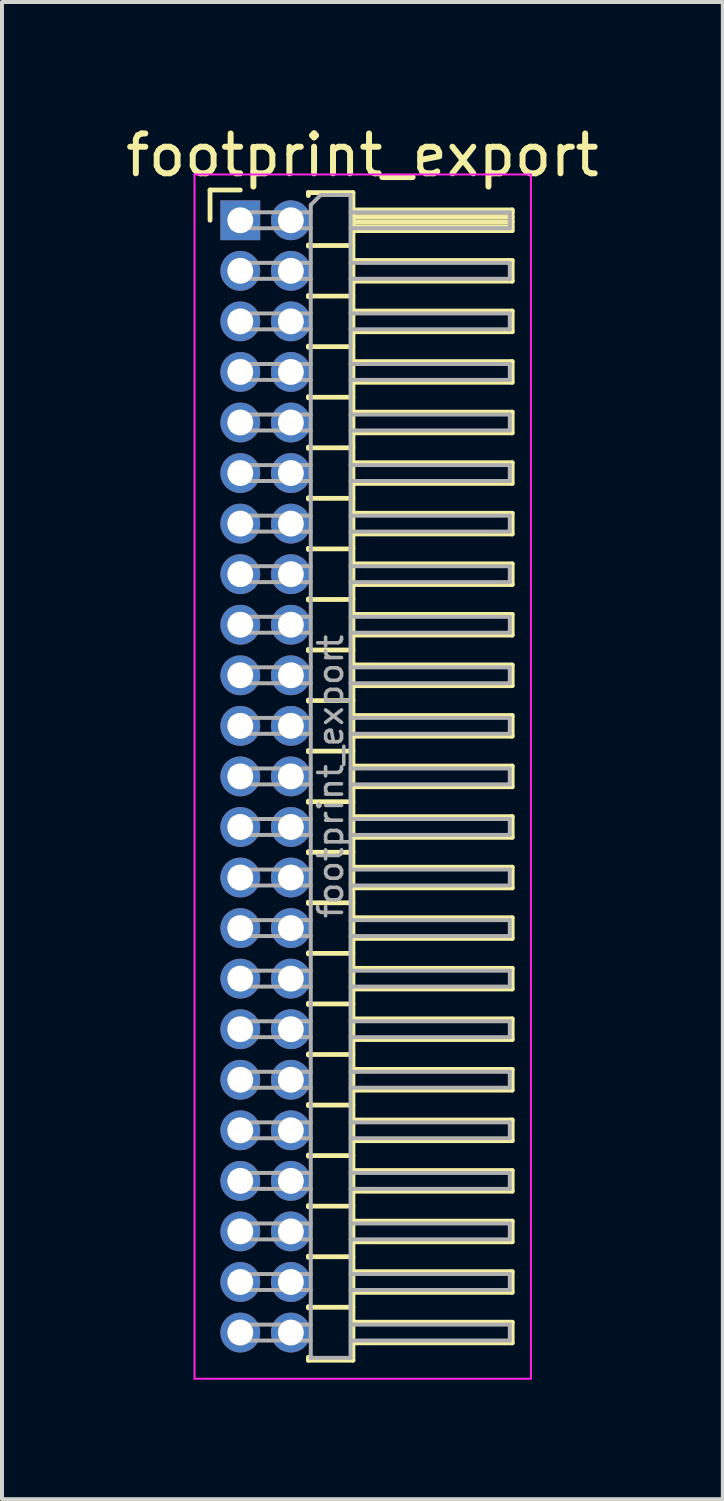
<source format=kicad_pcb>
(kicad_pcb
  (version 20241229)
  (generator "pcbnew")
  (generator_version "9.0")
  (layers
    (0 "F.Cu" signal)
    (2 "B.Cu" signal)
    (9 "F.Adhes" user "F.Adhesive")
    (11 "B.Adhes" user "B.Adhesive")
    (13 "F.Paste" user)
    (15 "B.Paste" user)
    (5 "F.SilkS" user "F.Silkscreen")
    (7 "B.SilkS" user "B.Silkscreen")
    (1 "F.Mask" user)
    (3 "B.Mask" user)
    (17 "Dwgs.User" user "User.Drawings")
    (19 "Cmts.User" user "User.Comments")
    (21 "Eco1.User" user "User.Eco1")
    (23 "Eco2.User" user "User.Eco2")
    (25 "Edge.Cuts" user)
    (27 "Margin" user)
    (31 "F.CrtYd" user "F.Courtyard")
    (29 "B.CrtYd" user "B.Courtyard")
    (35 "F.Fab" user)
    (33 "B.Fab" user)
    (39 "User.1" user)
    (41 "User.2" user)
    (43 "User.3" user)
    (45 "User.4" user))
  (footprint "footprint_export"
    (layer "F.Cu")
    (at 2.986 2.483)
    (property "Reference" "footprint_export" (at 3.067 -1.635 0) (layer "F.SilkS") (effects (font (size 1 1) (thickness 0.15))))
    (attr through_hole)
    (fp_line (start -0.76 -0.76) (end 0 -0.76) (stroke (width 0.12) (type solid)) (layer "F.SilkS"))
    (fp_line (start -0.76 0) (end -0.76 -0.76) (stroke (width 0.12) (type solid)) (layer "F.SilkS"))
    (fp_line (start 1.71 -0.695) (end 2.83 -0.695) (stroke (width 0.12) (type solid)) (layer "F.SilkS"))
    (fp_line (start 1.71 -0.62) (end 1.71 -0.695) (stroke (width 0.12) (type solid)) (layer "F.SilkS"))
    (fp_line (start 1.71 0.62) (end 1.71 0.65) (stroke (width 0.12) (type solid)) (layer "F.SilkS"))
    (fp_line (start 1.71 0.635) (end 2.83 0.635) (stroke (width 0.12) (type solid)) (layer "F.SilkS"))
    (fp_line (start 1.71 1.89) (end 1.71 1.92) (stroke (width 0.12) (type solid)) (layer "F.SilkS"))
    (fp_line (start 1.71 1.905) (end 2.83 1.905) (stroke (width 0.12) (type solid)) (layer "F.SilkS"))
    (fp_line (start 1.71 3.16) (end 1.71 3.19) (stroke (width 0.12) (type solid)) (layer "F.SilkS"))
    (fp_line (start 1.71 3.175) (end 2.83 3.175) (stroke (width 0.12) (type solid)) (layer "F.SilkS"))
    (fp_line (start 1.71 4.43) (end 1.71 4.46) (stroke (width 0.12) (type solid)) (layer "F.SilkS"))
    (fp_line (start 1.71 4.445) (end 2.83 4.445) (stroke (width 0.12) (type solid)) (layer "F.SilkS"))
    (fp_line (start 1.71 5.7) (end 1.71 5.73) (stroke (width 0.12) (type solid)) (layer "F.SilkS"))
    (fp_line (start 1.71 5.715) (end 2.83 5.715) (stroke (width 0.12) (type solid)) (layer "F.SilkS"))
    (fp_line (start 1.71 6.97) (end 1.71 7) (stroke (width 0.12) (type solid)) (layer "F.SilkS"))
    (fp_line (start 1.71 6.985) (end 2.83 6.985) (stroke (width 0.12) (type solid)) (layer "F.SilkS"))
    (fp_line (start 1.71 8.24) (end 1.71 8.27) (stroke (width 0.12) (type solid)) (layer "F.SilkS"))
    (fp_line (start 1.71 8.255) (end 2.83 8.255) (stroke (width 0.12) (type solid)) (layer "F.SilkS"))
    (fp_line (start 1.71 9.51) (end 1.71 9.54) (stroke (width 0.12) (type solid)) (layer "F.SilkS"))
    (fp_line (start 1.71 9.525) (end 2.83 9.525) (stroke (width 0.12) (type solid)) (layer "F.SilkS"))
    (fp_line (start 1.71 10.78) (end 1.71 10.81) (stroke (width 0.12) (type solid)) (layer "F.SilkS"))
    (fp_line (start 1.71 10.795) (end 2.83 10.795) (stroke (width 0.12) (type solid)) (layer "F.SilkS"))
    (fp_line (start 1.71 12.05) (end 1.71 12.08) (stroke (width 0.12) (type solid)) (layer "F.SilkS"))
    (fp_line (start 1.71 12.065) (end 2.83 12.065) (stroke (width 0.12) (type solid)) (layer "F.SilkS"))
    (fp_line (start 1.71 13.32) (end 1.71 13.35) (stroke (width 0.12) (type solid)) (layer "F.SilkS"))
    (fp_line (start 1.71 13.335) (end 2.83 13.335) (stroke (width 0.12) (type solid)) (layer "F.SilkS"))
    (fp_line (start 1.71 14.59) (end 1.71 14.62) (stroke (width 0.12) (type solid)) (layer "F.SilkS"))
    (fp_line (start 1.71 14.605) (end 2.83 14.605) (stroke (width 0.12) (type solid)) (layer "F.SilkS"))
    (fp_line (start 1.71 15.86) (end 1.71 15.89) (stroke (width 0.12) (type solid)) (layer "F.SilkS"))
    (fp_line (start 1.71 15.875) (end 2.83 15.875) (stroke (width 0.12) (type solid)) (layer "F.SilkS"))
    (fp_line (start 1.71 17.13) (end 1.71 17.16) (stroke (width 0.12) (type solid)) (layer "F.SilkS"))
    (fp_line (start 1.71 17.145) (end 2.83 17.145) (stroke (width 0.12) (type solid)) (layer "F.SilkS"))
    (fp_line (start 1.71 18.4) (end 1.71 18.43) (stroke (width 0.12) (type solid)) (layer "F.SilkS"))
    (fp_line (start 1.71 18.415) (end 2.83 18.415) (stroke (width 0.12) (type solid)) (layer "F.SilkS"))
    (fp_line (start 1.71 19.67) (end 1.71 19.7) (stroke (width 0.12) (type solid)) (layer "F.SilkS"))
    (fp_line (start 1.71 19.685) (end 2.83 19.685) (stroke (width 0.12) (type solid)) (layer "F.SilkS"))
    (fp_line (start 1.71 20.94) (end 1.71 20.97) (stroke (width 0.12) (type solid)) (layer "F.SilkS"))
    (fp_line (start 1.71 20.955) (end 2.83 20.955) (stroke (width 0.12) (type solid)) (layer "F.SilkS"))
    (fp_line (start 1.71 22.21) (end 1.71 22.24) (stroke (width 0.12) (type solid)) (layer "F.SilkS"))
    (fp_line (start 1.71 22.225) (end 2.83 22.225) (stroke (width 0.12) (type solid)) (layer "F.SilkS"))
    (fp_line (start 1.71 23.48) (end 1.71 23.51) (stroke (width 0.12) (type solid)) (layer "F.SilkS"))
    (fp_line (start 1.71 23.495) (end 2.83 23.495) (stroke (width 0.12) (type solid)) (layer "F.SilkS"))
    (fp_line (start 1.71 24.75) (end 1.71 24.78) (stroke (width 0.12) (type solid)) (layer "F.SilkS"))
    (fp_line (start 1.71 24.765) (end 2.83 24.765) (stroke (width 0.12) (type solid)) (layer "F.SilkS"))
    (fp_line (start 1.71 26.02) (end 1.71 26.05) (stroke (width 0.12) (type solid)) (layer "F.SilkS"))
    (fp_line (start 1.71 26.035) (end 2.83 26.035) (stroke (width 0.12) (type solid)) (layer "F.SilkS"))
    (fp_line (start 1.71 27.29) (end 1.71 27.32) (stroke (width 0.12) (type solid)) (layer "F.SilkS"))
    (fp_line (start 1.71 27.305) (end 2.83 27.305) (stroke (width 0.12) (type solid)) (layer "F.SilkS"))
    (fp_line (start 1.71 28.635) (end 1.71 28.56) (stroke (width 0.12) (type solid)) (layer "F.SilkS"))
    (fp_line (start 2.83 -0.695) (end 2.83 28.635) (stroke (width 0.12) (type solid)) (layer "F.SilkS"))
    (fp_line (start 2.83 -0.26) (end 6.83 -0.26) (stroke (width 0.12) (type solid)) (layer "F.SilkS"))
    (fp_line (start 2.83 -0.2) (end 6.83 -0.2) (stroke (width 0.12) (type solid)) (layer "F.SilkS"))
    (fp_line (start 2.83 -0.08) (end 6.83 -0.08) (stroke (width 0.12) (type solid)) (layer "F.SilkS"))
    (fp_line (start 2.83 0.04) (end 6.83 0.04) (stroke (width 0.12) (type solid)) (layer "F.SilkS"))
    (fp_line (start 2.83 0.16) (end 6.83 0.16) (stroke (width 0.12) (type solid)) (layer "F.SilkS"))
    (fp_line (start 2.83 1.01) (end 6.83 1.01) (stroke (width 0.12) (type solid)) (layer "F.SilkS"))
    (fp_line (start 2.83 2.28) (end 6.83 2.28) (stroke (width 0.12) (type solid)) (layer "F.SilkS"))
    (fp_line (start 2.83 3.55) (end 6.83 3.55) (stroke (width 0.12) (type solid)) (layer "F.SilkS"))
    (fp_line (start 2.83 4.82) (end 6.83 4.82) (stroke (width 0.12) (type solid)) (layer "F.SilkS"))
    (fp_line (start 2.83 6.09) (end 6.83 6.09) (stroke (width 0.12) (type solid)) (layer "F.SilkS"))
    (fp_line (start 2.83 7.36) (end 6.83 7.36) (stroke (width 0.12) (type solid)) (layer "F.SilkS"))
    (fp_line (start 2.83 8.63) (end 6.83 8.63) (stroke (width 0.12) (type solid)) (layer "F.SilkS"))
    (fp_line (start 2.83 9.9) (end 6.83 9.9) (stroke (width 0.12) (type solid)) (layer "F.SilkS"))
    (fp_line (start 2.83 11.17) (end 6.83 11.17) (stroke (width 0.12) (type solid)) (layer "F.SilkS"))
    (fp_line (start 2.83 12.44) (end 6.83 12.44) (stroke (width 0.12) (type solid)) (layer "F.SilkS"))
    (fp_line (start 2.83 13.71) (end 6.83 13.71) (stroke (width 0.12) (type solid)) (layer "F.SilkS"))
    (fp_line (start 2.83 14.98) (end 6.83 14.98) (stroke (width 0.12) (type solid)) (layer "F.SilkS"))
    (fp_line (start 2.83 16.25) (end 6.83 16.25) (stroke (width 0.12) (type solid)) (layer "F.SilkS"))
    (fp_line (start 2.83 17.52) (end 6.83 17.52) (stroke (width 0.12) (type solid)) (layer "F.SilkS"))
    (fp_line (start 2.83 18.79) (end 6.83 18.79) (stroke (width 0.12) (type solid)) (layer "F.SilkS"))
    (fp_line (start 2.83 20.06) (end 6.83 20.06) (stroke (width 0.12) (type solid)) (layer "F.SilkS"))
    (fp_line (start 2.83 21.33) (end 6.83 21.33) (stroke (width 0.12) (type solid)) (layer "F.SilkS"))
    (fp_line (start 2.83 22.6) (end 6.83 22.6) (stroke (width 0.12) (type solid)) (layer "F.SilkS"))
    (fp_line (start 2.83 23.87) (end 6.83 23.87) (stroke (width 0.12) (type solid)) (layer "F.SilkS"))
    (fp_line (start 2.83 25.14) (end 6.83 25.14) (stroke (width 0.12) (type solid)) (layer "F.SilkS"))
    (fp_line (start 2.83 26.41) (end 6.83 26.41) (stroke (width 0.12) (type solid)) (layer "F.SilkS"))
    (fp_line (start 2.83 27.68) (end 6.83 27.68) (stroke (width 0.12) (type solid)) (layer "F.SilkS"))
    (fp_line (start 2.83 28.635) (end 1.71 28.635) (stroke (width 0.12) (type solid)) (layer "F.SilkS"))
    (fp_line (start 6.83 -0.26) (end 6.83 0.26) (stroke (width 0.12) (type solid)) (layer "F.SilkS"))
    (fp_line (start 6.83 0.26) (end 2.83 0.26) (stroke (width 0.12) (type solid)) (layer "F.SilkS"))
    (fp_line (start 6.83 1.01) (end 6.83 1.53) (stroke (width 0.12) (type solid)) (layer "F.SilkS"))
    (fp_line (start 6.83 1.53) (end 2.83 1.53) (stroke (width 0.12) (type solid)) (layer "F.SilkS"))
    (fp_line (start 6.83 2.28) (end 6.83 2.8) (stroke (width 0.12) (type solid)) (layer "F.SilkS"))
    (fp_line (start 6.83 2.8) (end 2.83 2.8) (stroke (width 0.12) (type solid)) (layer "F.SilkS"))
    (fp_line (start 6.83 3.55) (end 6.83 4.07) (stroke (width 0.12) (type solid)) (layer "F.SilkS"))
    (fp_line (start 6.83 4.07) (end 2.83 4.07) (stroke (width 0.12) (type solid)) (layer "F.SilkS"))
    (fp_line (start 6.83 4.82) (end 6.83 5.34) (stroke (width 0.12) (type solid)) (layer "F.SilkS"))
    (fp_line (start 6.83 5.34) (end 2.83 5.34) (stroke (width 0.12) (type solid)) (layer "F.SilkS"))
    (fp_line (start 6.83 6.09) (end 6.83 6.61) (stroke (width 0.12) (type solid)) (layer "F.SilkS"))
    (fp_line (start 6.83 6.61) (end 2.83 6.61) (stroke (width 0.12) (type solid)) (layer "F.SilkS"))
    (fp_line (start 6.83 7.36) (end 6.83 7.88) (stroke (width 0.12) (type solid)) (layer "F.SilkS"))
    (fp_line (start 6.83 7.88) (end 2.83 7.88) (stroke (width 0.12) (type solid)) (layer "F.SilkS"))
    (fp_line (start 6.83 8.63) (end 6.83 9.15) (stroke (width 0.12) (type solid)) (layer "F.SilkS"))
    (fp_line (start 6.83 9.15) (end 2.83 9.15) (stroke (width 0.12) (type solid)) (layer "F.SilkS"))
    (fp_line (start 6.83 9.9) (end 6.83 10.42) (stroke (width 0.12) (type solid)) (layer "F.SilkS"))
    (fp_line (start 6.83 10.42) (end 2.83 10.42) (stroke (width 0.12) (type solid)) (layer "F.SilkS"))
    (fp_line (start 6.83 11.17) (end 6.83 11.69) (stroke (width 0.12) (type solid)) (layer "F.SilkS"))
    (fp_line (start 6.83 11.69) (end 2.83 11.69) (stroke (width 0.12) (type solid)) (layer "F.SilkS"))
    (fp_line (start 6.83 12.44) (end 6.83 12.96) (stroke (width 0.12) (type solid)) (layer "F.SilkS"))
    (fp_line (start 6.83 12.96) (end 2.83 12.96) (stroke (width 0.12) (type solid)) (layer "F.SilkS"))
    (fp_line (start 6.83 13.71) (end 6.83 14.23) (stroke (width 0.12) (type solid)) (layer "F.SilkS"))
    (fp_line (start 6.83 14.23) (end 2.83 14.23) (stroke (width 0.12) (type solid)) (layer "F.SilkS"))
    (fp_line (start 6.83 14.98) (end 6.83 15.5) (stroke (width 0.12) (type solid)) (layer "F.SilkS"))
    (fp_line (start 6.83 15.5) (end 2.83 15.5) (stroke (width 0.12) (type solid)) (layer "F.SilkS"))
    (fp_line (start 6.83 16.25) (end 6.83 16.77) (stroke (width 0.12) (type solid)) (layer "F.SilkS"))
    (fp_line (start 6.83 16.77) (end 2.83 16.77) (stroke (width 0.12) (type solid)) (layer "F.SilkS"))
    (fp_line (start 6.83 17.52) (end 6.83 18.04) (stroke (width 0.12) (type solid)) (layer "F.SilkS"))
    (fp_line (start 6.83 18.04) (end 2.83 18.04) (stroke (width 0.12) (type solid)) (layer "F.SilkS"))
    (fp_line (start 6.83 18.79) (end 6.83 19.31) (stroke (width 0.12) (type solid)) (layer "F.SilkS"))
    (fp_line (start 6.83 19.31) (end 2.83 19.31) (stroke (width 0.12) (type solid)) (layer "F.SilkS"))
    (fp_line (start 6.83 20.06) (end 6.83 20.58) (stroke (width 0.12) (type solid)) (layer "F.SilkS"))
    (fp_line (start 6.83 20.58) (end 2.83 20.58) (stroke (width 0.12) (type solid)) (layer "F.SilkS"))
    (fp_line (start 6.83 21.33) (end 6.83 21.85) (stroke (width 0.12) (type solid)) (layer "F.SilkS"))
    (fp_line (start 6.83 21.85) (end 2.83 21.85) (stroke (width 0.12) (type solid)) (layer "F.SilkS"))
    (fp_line (start 6.83 22.6) (end 6.83 23.12) (stroke (width 0.12) (type solid)) (layer "F.SilkS"))
    (fp_line (start 6.83 23.12) (end 2.83 23.12) (stroke (width 0.12) (type solid)) (layer "F.SilkS"))
    (fp_line (start 6.83 23.87) (end 6.83 24.39) (stroke (width 0.12) (type solid)) (layer "F.SilkS"))
    (fp_line (start 6.83 24.39) (end 2.83 24.39) (stroke (width 0.12) (type solid)) (layer "F.SilkS"))
    (fp_line (start 6.83 25.14) (end 6.83 25.66) (stroke (width 0.12) (type solid)) (layer "F.SilkS"))
    (fp_line (start 6.83 25.66) (end 2.83 25.66) (stroke (width 0.12) (type solid)) (layer "F.SilkS"))
    (fp_line (start 6.83 26.41) (end 6.83 26.93) (stroke (width 0.12) (type solid)) (layer "F.SilkS"))
    (fp_line (start 6.83 26.93) (end 2.83 26.93) (stroke (width 0.12) (type solid)) (layer "F.SilkS"))
    (fp_line (start 6.83 27.68) (end 6.83 28.2) (stroke (width 0.12) (type solid)) (layer "F.SilkS"))
    (fp_line (start 6.83 28.2) (end 2.83 28.2) (stroke (width 0.12) (type solid)) (layer "F.SilkS"))
    (fp_line (start -1.15 -1.15) (end -1.15 29.1) (stroke (width 0.05) (type solid)) (layer "F.CrtYd"))
    (fp_line (start -1.15 29.1) (end 7.3 29.1) (stroke (width 0.05) (type solid)) (layer "F.CrtYd"))
    (fp_line (start 7.3 -1.15) (end -1.15 -1.15) (stroke (width 0.05) (type solid)) (layer "F.CrtYd"))
    (fp_line (start 7.3 29.1) (end 7.3 -1.15) (stroke (width 0.05) (type solid)) (layer "F.CrtYd"))
    (fp_line (start -0.2 -0.2) (end -0.2 0.2) (stroke (width 0.1) (type solid)) (layer "F.Fab"))
    (fp_line (start -0.2 -0.2) (end 1.77 -0.2) (stroke (width 0.1) (type solid)) (layer "F.Fab"))
    (fp_line (start -0.2 0.2) (end 1.77 0.2) (stroke (width 0.1) (type solid)) (layer "F.Fab"))
    (fp_line (start -0.2 1.07) (end -0.2 1.47) (stroke (width 0.1) (type solid)) (layer "F.Fab"))
    (fp_line (start -0.2 1.07) (end 1.77 1.07) (stroke (width 0.1) (type solid)) (layer "F.Fab"))
    (fp_line (start -0.2 1.47) (end 1.77 1.47) (stroke (width 0.1) (type solid)) (layer "F.Fab"))
    (fp_line (start -0.2 2.34) (end -0.2 2.74) (stroke (width 0.1) (type solid)) (layer "F.Fab"))
    (fp_line (start -0.2 2.34) (end 1.77 2.34) (stroke (width 0.1) (type solid)) (layer "F.Fab"))
    (fp_line (start -0.2 2.74) (end 1.77 2.74) (stroke (width 0.1) (type solid)) (layer "F.Fab"))
    (fp_line (start -0.2 3.61) (end -0.2 4.01) (stroke (width 0.1) (type solid)) (layer "F.Fab"))
    (fp_line (start -0.2 3.61) (end 1.77 3.61) (stroke (width 0.1) (type solid)) (layer "F.Fab"))
    (fp_line (start -0.2 4.01) (end 1.77 4.01) (stroke (width 0.1) (type solid)) (layer "F.Fab"))
    (fp_line (start -0.2 4.88) (end -0.2 5.28) (stroke (width 0.1) (type solid)) (layer "F.Fab"))
    (fp_line (start -0.2 4.88) (end 1.77 4.88) (stroke (width 0.1) (type solid)) (layer "F.Fab"))
    (fp_line (start -0.2 5.28) (end 1.77 5.28) (stroke (width 0.1) (type solid)) (layer "F.Fab"))
    (fp_line (start -0.2 6.15) (end -0.2 6.55) (stroke (width 0.1) (type solid)) (layer "F.Fab"))
    (fp_line (start -0.2 6.15) (end 1.77 6.15) (stroke (width 0.1) (type solid)) (layer "F.Fab"))
    (fp_line (start -0.2 6.55) (end 1.77 6.55) (stroke (width 0.1) (type solid)) (layer "F.Fab"))
    (fp_line (start -0.2 7.42) (end -0.2 7.82) (stroke (width 0.1) (type solid)) (layer "F.Fab"))
    (fp_line (start -0.2 7.42) (end 1.77 7.42) (stroke (width 0.1) (type solid)) (layer "F.Fab"))
    (fp_line (start -0.2 7.82) (end 1.77 7.82) (stroke (width 0.1) (type solid)) (layer "F.Fab"))
    (fp_line (start -0.2 8.69) (end -0.2 9.09) (stroke (width 0.1) (type solid)) (layer "F.Fab"))
    (fp_line (start -0.2 8.69) (end 1.77 8.69) (stroke (width 0.1) (type solid)) (layer "F.Fab"))
    (fp_line (start -0.2 9.09) (end 1.77 9.09) (stroke (width 0.1) (type solid)) (layer "F.Fab"))
    (fp_line (start -0.2 9.96) (end -0.2 10.36) (stroke (width 0.1) (type solid)) (layer "F.Fab"))
    (fp_line (start -0.2 9.96) (end 1.77 9.96) (stroke (width 0.1) (type solid)) (layer "F.Fab"))
    (fp_line (start -0.2 10.36) (end 1.77 10.36) (stroke (width 0.1) (type solid)) (layer "F.Fab"))
    (fp_line (start -0.2 11.23) (end -0.2 11.63) (stroke (width 0.1) (type solid)) (layer "F.Fab"))
    (fp_line (start -0.2 11.23) (end 1.77 11.23) (stroke (width 0.1) (type solid)) (layer "F.Fab"))
    (fp_line (start -0.2 11.63) (end 1.77 11.63) (stroke (width 0.1) (type solid)) (layer "F.Fab"))
    (fp_line (start -0.2 12.5) (end -0.2 12.9) (stroke (width 0.1) (type solid)) (layer "F.Fab"))
    (fp_line (start -0.2 12.5) (end 1.77 12.5) (stroke (width 0.1) (type solid)) (layer "F.Fab"))
    (fp_line (start -0.2 12.9) (end 1.77 12.9) (stroke (width 0.1) (type solid)) (layer "F.Fab"))
    (fp_line (start -0.2 13.77) (end -0.2 14.17) (stroke (width 0.1) (type solid)) (layer "F.Fab"))
    (fp_line (start -0.2 13.77) (end 1.77 13.77) (stroke (width 0.1) (type solid)) (layer "F.Fab"))
    (fp_line (start -0.2 14.17) (end 1.77 14.17) (stroke (width 0.1) (type solid)) (layer "F.Fab"))
    (fp_line (start -0.2 15.04) (end -0.2 15.44) (stroke (width 0.1) (type solid)) (layer "F.Fab"))
    (fp_line (start -0.2 15.04) (end 1.77 15.04) (stroke (width 0.1) (type solid)) (layer "F.Fab"))
    (fp_line (start -0.2 15.44) (end 1.77 15.44) (stroke (width 0.1) (type solid)) (layer "F.Fab"))
    (fp_line (start -0.2 16.31) (end -0.2 16.71) (stroke (width 0.1) (type solid)) (layer "F.Fab"))
    (fp_line (start -0.2 16.31) (end 1.77 16.31) (stroke (width 0.1) (type solid)) (layer "F.Fab"))
    (fp_line (start -0.2 16.71) (end 1.77 16.71) (stroke (width 0.1) (type solid)) (layer "F.Fab"))
    (fp_line (start -0.2 17.58) (end -0.2 17.98) (stroke (width 0.1) (type solid)) (layer "F.Fab"))
    (fp_line (start -0.2 17.58) (end 1.77 17.58) (stroke (width 0.1) (type solid)) (layer "F.Fab"))
    (fp_line (start -0.2 17.98) (end 1.77 17.98) (stroke (width 0.1) (type solid)) (layer "F.Fab"))
    (fp_line (start -0.2 18.85) (end -0.2 19.25) (stroke (width 0.1) (type solid)) (layer "F.Fab"))
    (fp_line (start -0.2 18.85) (end 1.77 18.85) (stroke (width 0.1) (type solid)) (layer "F.Fab"))
    (fp_line (start -0.2 19.25) (end 1.77 19.25) (stroke (width 0.1) (type solid)) (layer "F.Fab"))
    (fp_line (start -0.2 20.12) (end -0.2 20.52) (stroke (width 0.1) (type solid)) (layer "F.Fab"))
    (fp_line (start -0.2 20.12) (end 1.77 20.12) (stroke (width 0.1) (type solid)) (layer "F.Fab"))
    (fp_line (start -0.2 20.52) (end 1.77 20.52) (stroke (width 0.1) (type solid)) (layer "F.Fab"))
    (fp_line (start -0.2 21.39) (end -0.2 21.79) (stroke (width 0.1) (type solid)) (layer "F.Fab"))
    (fp_line (start -0.2 21.39) (end 1.77 21.39) (stroke (width 0.1) (type solid)) (layer "F.Fab"))
    (fp_line (start -0.2 21.79) (end 1.77 21.79) (stroke (width 0.1) (type solid)) (layer "F.Fab"))
    (fp_line (start -0.2 22.66) (end -0.2 23.06) (stroke (width 0.1) (type solid)) (layer "F.Fab"))
    (fp_line (start -0.2 22.66) (end 1.77 22.66) (stroke (width 0.1) (type solid)) (layer "F.Fab"))
    (fp_line (start -0.2 23.06) (end 1.77 23.06) (stroke (width 0.1) (type solid)) (layer "F.Fab"))
    (fp_line (start -0.2 23.93) (end -0.2 24.33) (stroke (width 0.1) (type solid)) (layer "F.Fab"))
    (fp_line (start -0.2 23.93) (end 1.77 23.93) (stroke (width 0.1) (type solid)) (layer "F.Fab"))
    (fp_line (start -0.2 24.33) (end 1.77 24.33) (stroke (width 0.1) (type solid)) (layer "F.Fab"))
    (fp_line (start -0.2 25.2) (end -0.2 25.6) (stroke (width 0.1) (type solid)) (layer "F.Fab"))
    (fp_line (start -0.2 25.2) (end 1.77 25.2) (stroke (width 0.1) (type solid)) (layer "F.Fab"))
    (fp_line (start -0.2 25.6) (end 1.77 25.6) (stroke (width 0.1) (type solid)) (layer "F.Fab"))
    (fp_line (start -0.2 26.47) (end -0.2 26.87) (stroke (width 0.1) (type solid)) (layer "F.Fab"))
    (fp_line (start -0.2 26.47) (end 1.77 26.47) (stroke (width 0.1) (type solid)) (layer "F.Fab"))
    (fp_line (start -0.2 26.87) (end 1.77 26.87) (stroke (width 0.1) (type solid)) (layer "F.Fab"))
    (fp_line (start -0.2 27.74) (end -0.2 28.14) (stroke (width 0.1) (type solid)) (layer "F.Fab"))
    (fp_line (start -0.2 27.74) (end 1.77 27.74) (stroke (width 0.1) (type solid)) (layer "F.Fab"))
    (fp_line (start -0.2 28.14) (end 1.77 28.14) (stroke (width 0.1) (type solid)) (layer "F.Fab"))
    (fp_line (start 1.77 -0.385) (end 2.02 -0.635) (stroke (width 0.1) (type solid)) (layer "F.Fab"))
    (fp_line (start 1.77 28.575) (end 1.77 -0.385) (stroke (width 0.1) (type solid)) (layer "F.Fab"))
    (fp_line (start 2.02 -0.635) (end 2.77 -0.635) (stroke (width 0.1) (type solid)) (layer "F.Fab"))
    (fp_line (start 2.77 -0.635) (end 2.77 28.575) (stroke (width 0.1) (type solid)) (layer "F.Fab"))
    (fp_line (start 2.77 -0.2) (end 6.77 -0.2) (stroke (width 0.1) (type solid)) (layer "F.Fab"))
    (fp_line (start 2.77 0.2) (end 6.77 0.2) (stroke (width 0.1) (type solid)) (layer "F.Fab"))
    (fp_line (start 2.77 1.07) (end 6.77 1.07) (stroke (width 0.1) (type solid)) (layer "F.Fab"))
    (fp_line (start 2.77 1.47) (end 6.77 1.47) (stroke (width 0.1) (type solid)) (layer "F.Fab"))
    (fp_line (start 2.77 2.34) (end 6.77 2.34) (stroke (width 0.1) (type solid)) (layer "F.Fab"))
    (fp_line (start 2.77 2.74) (end 6.77 2.74) (stroke (width 0.1) (type solid)) (layer "F.Fab"))
    (fp_line (start 2.77 3.61) (end 6.77 3.61) (stroke (width 0.1) (type solid)) (layer "F.Fab"))
    (fp_line (start 2.77 4.01) (end 6.77 4.01) (stroke (width 0.1) (type solid)) (layer "F.Fab"))
    (fp_line (start 2.77 4.88) (end 6.77 4.88) (stroke (width 0.1) (type solid)) (layer "F.Fab"))
    (fp_line (start 2.77 5.28) (end 6.77 5.28) (stroke (width 0.1) (type solid)) (layer "F.Fab"))
    (fp_line (start 2.77 6.15) (end 6.77 6.15) (stroke (width 0.1) (type solid)) (layer "F.Fab"))
    (fp_line (start 2.77 6.55) (end 6.77 6.55) (stroke (width 0.1) (type solid)) (layer "F.Fab"))
    (fp_line (start 2.77 7.42) (end 6.77 7.42) (stroke (width 0.1) (type solid)) (layer "F.Fab"))
    (fp_line (start 2.77 7.82) (end 6.77 7.82) (stroke (width 0.1) (type solid)) (layer "F.Fab"))
    (fp_line (start 2.77 8.69) (end 6.77 8.69) (stroke (width 0.1) (type solid)) (layer "F.Fab"))
    (fp_line (start 2.77 9.09) (end 6.77 9.09) (stroke (width 0.1) (type solid)) (layer "F.Fab"))
    (fp_line (start 2.77 9.96) (end 6.77 9.96) (stroke (width 0.1) (type solid)) (layer "F.Fab"))
    (fp_line (start 2.77 10.36) (end 6.77 10.36) (stroke (width 0.1) (type solid)) (layer "F.Fab"))
    (fp_line (start 2.77 11.23) (end 6.77 11.23) (stroke (width 0.1) (type solid)) (layer "F.Fab"))
    (fp_line (start 2.77 11.63) (end 6.77 11.63) (stroke (width 0.1) (type solid)) (layer "F.Fab"))
    (fp_line (start 2.77 12.5) (end 6.77 12.5) (stroke (width 0.1) (type solid)) (layer "F.Fab"))
    (fp_line (start 2.77 12.9) (end 6.77 12.9) (stroke (width 0.1) (type solid)) (layer "F.Fab"))
    (fp_line (start 2.77 13.77) (end 6.77 13.77) (stroke (width 0.1) (type solid)) (layer "F.Fab"))
    (fp_line (start 2.77 14.17) (end 6.77 14.17) (stroke (width 0.1) (type solid)) (layer "F.Fab"))
    (fp_line (start 2.77 15.04) (end 6.77 15.04) (stroke (width 0.1) (type solid)) (layer "F.Fab"))
    (fp_line (start 2.77 15.44) (end 6.77 15.44) (stroke (width 0.1) (type solid)) (layer "F.Fab"))
    (fp_line (start 2.77 16.31) (end 6.77 16.31) (stroke (width 0.1) (type solid)) (layer "F.Fab"))
    (fp_line (start 2.77 16.71) (end 6.77 16.71) (stroke (width 0.1) (type solid)) (layer "F.Fab"))
    (fp_line (start 2.77 17.58) (end 6.77 17.58) (stroke (width 0.1) (type solid)) (layer "F.Fab"))
    (fp_line (start 2.77 17.98) (end 6.77 17.98) (stroke (width 0.1) (type solid)) (layer "F.Fab"))
    (fp_line (start 2.77 18.85) (end 6.77 18.85) (stroke (width 0.1) (type solid)) (layer "F.Fab"))
    (fp_line (start 2.77 19.25) (end 6.77 19.25) (stroke (width 0.1) (type solid)) (layer "F.Fab"))
    (fp_line (start 2.77 20.12) (end 6.77 20.12) (stroke (width 0.1) (type solid)) (layer "F.Fab"))
    (fp_line (start 2.77 20.52) (end 6.77 20.52) (stroke (width 0.1) (type solid)) (layer "F.Fab"))
    (fp_line (start 2.77 21.39) (end 6.77 21.39) (stroke (width 0.1) (type solid)) (layer "F.Fab"))
    (fp_line (start 2.77 21.79) (end 6.77 21.79) (stroke (width 0.1) (type solid)) (layer "F.Fab"))
    (fp_line (start 2.77 22.66) (end 6.77 22.66) (stroke (width 0.1) (type solid)) (layer "F.Fab"))
    (fp_line (start 2.77 23.06) (end 6.77 23.06) (stroke (width 0.1) (type solid)) (layer "F.Fab"))
    (fp_line (start 2.77 23.93) (end 6.77 23.93) (stroke (width 0.1) (type solid)) (layer "F.Fab"))
    (fp_line (start 2.77 24.33) (end 6.77 24.33) (stroke (width 0.1) (type solid)) (layer "F.Fab"))
    (fp_line (start 2.77 25.2) (end 6.77 25.2) (stroke (width 0.1) (type solid)) (layer "F.Fab"))
    (fp_line (start 2.77 25.6) (end 6.77 25.6) (stroke (width 0.1) (type solid)) (layer "F.Fab"))
    (fp_line (start 2.77 26.47) (end 6.77 26.47) (stroke (width 0.1) (type solid)) (layer "F.Fab"))
    (fp_line (start 2.77 26.87) (end 6.77 26.87) (stroke (width 0.1) (type solid)) (layer "F.Fab"))
    (fp_line (start 2.77 27.74) (end 6.77 27.74) (stroke (width 0.1) (type solid)) (layer "F.Fab"))
    (fp_line (start 2.77 28.14) (end 6.77 28.14) (stroke (width 0.1) (type solid)) (layer "F.Fab"))
    (fp_line (start 2.77 28.575) (end 1.77 28.575) (stroke (width 0.1) (type solid)) (layer "F.Fab"))
    (fp_line (start 6.77 -0.2) (end 6.77 0.2) (stroke (width 0.1) (type solid)) (layer "F.Fab"))
    (fp_line (start 6.77 1.07) (end 6.77 1.47) (stroke (width 0.1) (type solid)) (layer "F.Fab"))
    (fp_line (start 6.77 2.34) (end 6.77 2.74) (stroke (width 0.1) (type solid)) (layer "F.Fab"))
    (fp_line (start 6.77 3.61) (end 6.77 4.01) (stroke (width 0.1) (type solid)) (layer "F.Fab"))
    (fp_line (start 6.77 4.88) (end 6.77 5.28) (stroke (width 0.1) (type solid)) (layer "F.Fab"))
    (fp_line (start 6.77 6.15) (end 6.77 6.55) (stroke (width 0.1) (type solid)) (layer "F.Fab"))
    (fp_line (start 6.77 7.42) (end 6.77 7.82) (stroke (width 0.1) (type solid)) (layer "F.Fab"))
    (fp_line (start 6.77 8.69) (end 6.77 9.09) (stroke (width 0.1) (type solid)) (layer "F.Fab"))
    (fp_line (start 6.77 9.96) (end 6.77 10.36) (stroke (width 0.1) (type solid)) (layer "F.Fab"))
    (fp_line (start 6.77 11.23) (end 6.77 11.63) (stroke (width 0.1) (type solid)) (layer "F.Fab"))
    (fp_line (start 6.77 12.5) (end 6.77 12.9) (stroke (width 0.1) (type solid)) (layer "F.Fab"))
    (fp_line (start 6.77 13.77) (end 6.77 14.17) (stroke (width 0.1) (type solid)) (layer "F.Fab"))
    (fp_line (start 6.77 15.04) (end 6.77 15.44) (stroke (width 0.1) (type solid)) (layer "F.Fab"))
    (fp_line (start 6.77 16.31) (end 6.77 16.71) (stroke (width 0.1) (type solid)) (layer "F.Fab"))
    (fp_line (start 6.77 17.58) (end 6.77 17.98) (stroke (width 0.1) (type solid)) (layer "F.Fab"))
    (fp_line (start 6.77 18.85) (end 6.77 19.25) (stroke (width 0.1) (type solid)) (layer "F.Fab"))
    (fp_line (start 6.77 20.12) (end 6.77 20.52) (stroke (width 0.1) (type solid)) (layer "F.Fab"))
    (fp_line (start 6.77 21.39) (end 6.77 21.79) (stroke (width 0.1) (type solid)) (layer "F.Fab"))
    (fp_line (start 6.77 22.66) (end 6.77 23.06) (stroke (width 0.1) (type solid)) (layer "F.Fab"))
    (fp_line (start 6.77 23.93) (end 6.77 24.33) (stroke (width 0.1) (type solid)) (layer "F.Fab"))
    (fp_line (start 6.77 25.2) (end 6.77 25.6) (stroke (width 0.1) (type solid)) (layer "F.Fab"))
    (fp_line (start 6.77 26.47) (end 6.77 26.87) (stroke (width 0.1) (type solid)) (layer "F.Fab"))
    (fp_line (start 6.77 27.74) (end 6.77 28.14) (stroke (width 0.1) (type solid)) (layer "F.Fab"))
    (fp_text user "${REFERENCE}" (at 2.27 13.97 90) (layer "F.Fab") (effects (font (size 0.6 0.6) (thickness 0.09))))
    (pad "1" thru_hole rect (at 0 0) (size 1 1) (drill 0.65) (layers "*.Cu" "*.Mask"))
    (pad "2" thru_hole oval (at 1.27 0) (size 1 1) (drill 0.65) (layers "*.Cu" "*.Mask"))
    (pad "3" thru_hole oval (at 0 1.27) (size 1 1) (drill 0.65) (layers "*.Cu" "*.Mask"))
    (pad "4" thru_hole oval (at 1.27 1.27) (size 1 1) (drill 0.65) (layers "*.Cu" "*.Mask"))
    (pad "5" thru_hole oval (at 0 2.54) (size 1 1) (drill 0.65) (layers "*.Cu" "*.Mask"))
    (pad "6" thru_hole oval (at 1.27 2.54) (size 1 1) (drill 0.65) (layers "*.Cu" "*.Mask"))
    (pad "7" thru_hole oval (at 0 3.81) (size 1 1) (drill 0.65) (layers "*.Cu" "*.Mask"))
    (pad "8" thru_hole oval (at 1.27 3.81) (size 1 1) (drill 0.65) (layers "*.Cu" "*.Mask"))
    (pad "9" thru_hole oval (at 0 5.08) (size 1 1) (drill 0.65) (layers "*.Cu" "*.Mask"))
    (pad "10" thru_hole oval (at 1.27 5.08) (size 1 1) (drill 0.65) (layers "*.Cu" "*.Mask"))
    (pad "11" thru_hole oval (at 0 6.35) (size 1 1) (drill 0.65) (layers "*.Cu" "*.Mask"))
    (pad "12" thru_hole oval (at 1.27 6.35) (size 1 1) (drill 0.65) (layers "*.Cu" "*.Mask"))
    (pad "13" thru_hole oval (at 0 7.62) (size 1 1) (drill 0.65) (layers "*.Cu" "*.Mask"))
    (pad "14" thru_hole oval (at 1.27 7.62) (size 1 1) (drill 0.65) (layers "*.Cu" "*.Mask"))
    (pad "15" thru_hole oval (at 0 8.89) (size 1 1) (drill 0.65) (layers "*.Cu" "*.Mask"))
    (pad "16" thru_hole oval (at 1.27 8.89) (size 1 1) (drill 0.65) (layers "*.Cu" "*.Mask"))
    (pad "17" thru_hole oval (at 0 10.16) (size 1 1) (drill 0.65) (layers "*.Cu" "*.Mask"))
    (pad "18" thru_hole oval (at 1.27 10.16) (size 1 1) (drill 0.65) (layers "*.Cu" "*.Mask"))
    (pad "19" thru_hole oval (at 0 11.43) (size 1 1) (drill 0.65) (layers "*.Cu" "*.Mask"))
    (pad "20" thru_hole oval (at 1.27 11.43) (size 1 1) (drill 0.65) (layers "*.Cu" "*.Mask"))
    (pad "21" thru_hole oval (at 0 12.7) (size 1 1) (drill 0.65) (layers "*.Cu" "*.Mask"))
    (pad "22" thru_hole oval (at 1.27 12.7) (size 1 1) (drill 0.65) (layers "*.Cu" "*.Mask"))
    (pad "23" thru_hole oval (at 0 13.97) (size 1 1) (drill 0.65) (layers "*.Cu" "*.Mask"))
    (pad "24" thru_hole oval (at 1.27 13.97) (size 1 1) (drill 0.65) (layers "*.Cu" "*.Mask"))
    (pad "25" thru_hole oval (at 0 15.24) (size 1 1) (drill 0.65) (layers "*.Cu" "*.Mask"))
    (pad "26" thru_hole oval (at 1.27 15.24) (size 1 1) (drill 0.65) (layers "*.Cu" "*.Mask"))
    (pad "27" thru_hole oval (at 0 16.51) (size 1 1) (drill 0.65) (layers "*.Cu" "*.Mask"))
    (pad "28" thru_hole oval (at 1.27 16.51) (size 1 1) (drill 0.65) (layers "*.Cu" "*.Mask"))
    (pad "29" thru_hole oval (at 0 17.78) (size 1 1) (drill 0.65) (layers "*.Cu" "*.Mask"))
    (pad "30" thru_hole oval (at 1.27 17.78) (size 1 1) (drill 0.65) (layers "*.Cu" "*.Mask"))
    (pad "31" thru_hole oval (at 0 19.05) (size 1 1) (drill 0.65) (layers "*.Cu" "*.Mask"))
    (pad "32" thru_hole oval (at 1.27 19.05) (size 1 1) (drill 0.65) (layers "*.Cu" "*.Mask"))
    (pad "33" thru_hole oval (at 0 20.32) (size 1 1) (drill 0.65) (layers "*.Cu" "*.Mask"))
    (pad "34" thru_hole oval (at 1.27 20.32) (size 1 1) (drill 0.65) (layers "*.Cu" "*.Mask"))
    (pad "35" thru_hole oval (at 0 21.59) (size 1 1) (drill 0.65) (layers "*.Cu" "*.Mask"))
    (pad "36" thru_hole oval (at 1.27 21.59) (size 1 1) (drill 0.65) (layers "*.Cu" "*.Mask"))
    (pad "37" thru_hole oval (at 0 22.86) (size 1 1) (drill 0.65) (layers "*.Cu" "*.Mask"))
    (pad "38" thru_hole oval (at 1.27 22.86) (size 1 1) (drill 0.65) (layers "*.Cu" "*.Mask"))
    (pad "39" thru_hole oval (at 0 24.13) (size 1 1) (drill 0.65) (layers "*.Cu" "*.Mask"))
    (pad "40" thru_hole oval (at 1.27 24.13) (size 1 1) (drill 0.65) (layers "*.Cu" "*.Mask"))
    (pad "41" thru_hole oval (at 0 25.4) (size 1 1) (drill 0.65) (layers "*.Cu" "*.Mask"))
    (pad "42" thru_hole oval (at 1.27 25.4) (size 1 1) (drill 0.65) (layers "*.Cu" "*.Mask"))
    (pad "43" thru_hole oval (at 0 26.67) (size 1 1) (drill 0.65) (layers "*.Cu" "*.Mask"))
    (pad "44" thru_hole oval (at 1.27 26.67) (size 1 1) (drill 0.65) (layers "*.Cu" "*.Mask"))
    (pad "45" thru_hole oval (at 0 27.94) (size 1 1) (drill 0.65) (layers "*.Cu" "*.Mask"))
    (pad "46" thru_hole oval (at 1.27 27.94) (size 1 1) (drill 0.65) (layers "*.Cu" "*.Mask")))
  (gr_rect
    (start -3 -3)
    (end 15.107 34.608)
    (stroke (width 0.1) (type default))
    (fill no)
    (layer "Edge.Cuts")))
</source>
